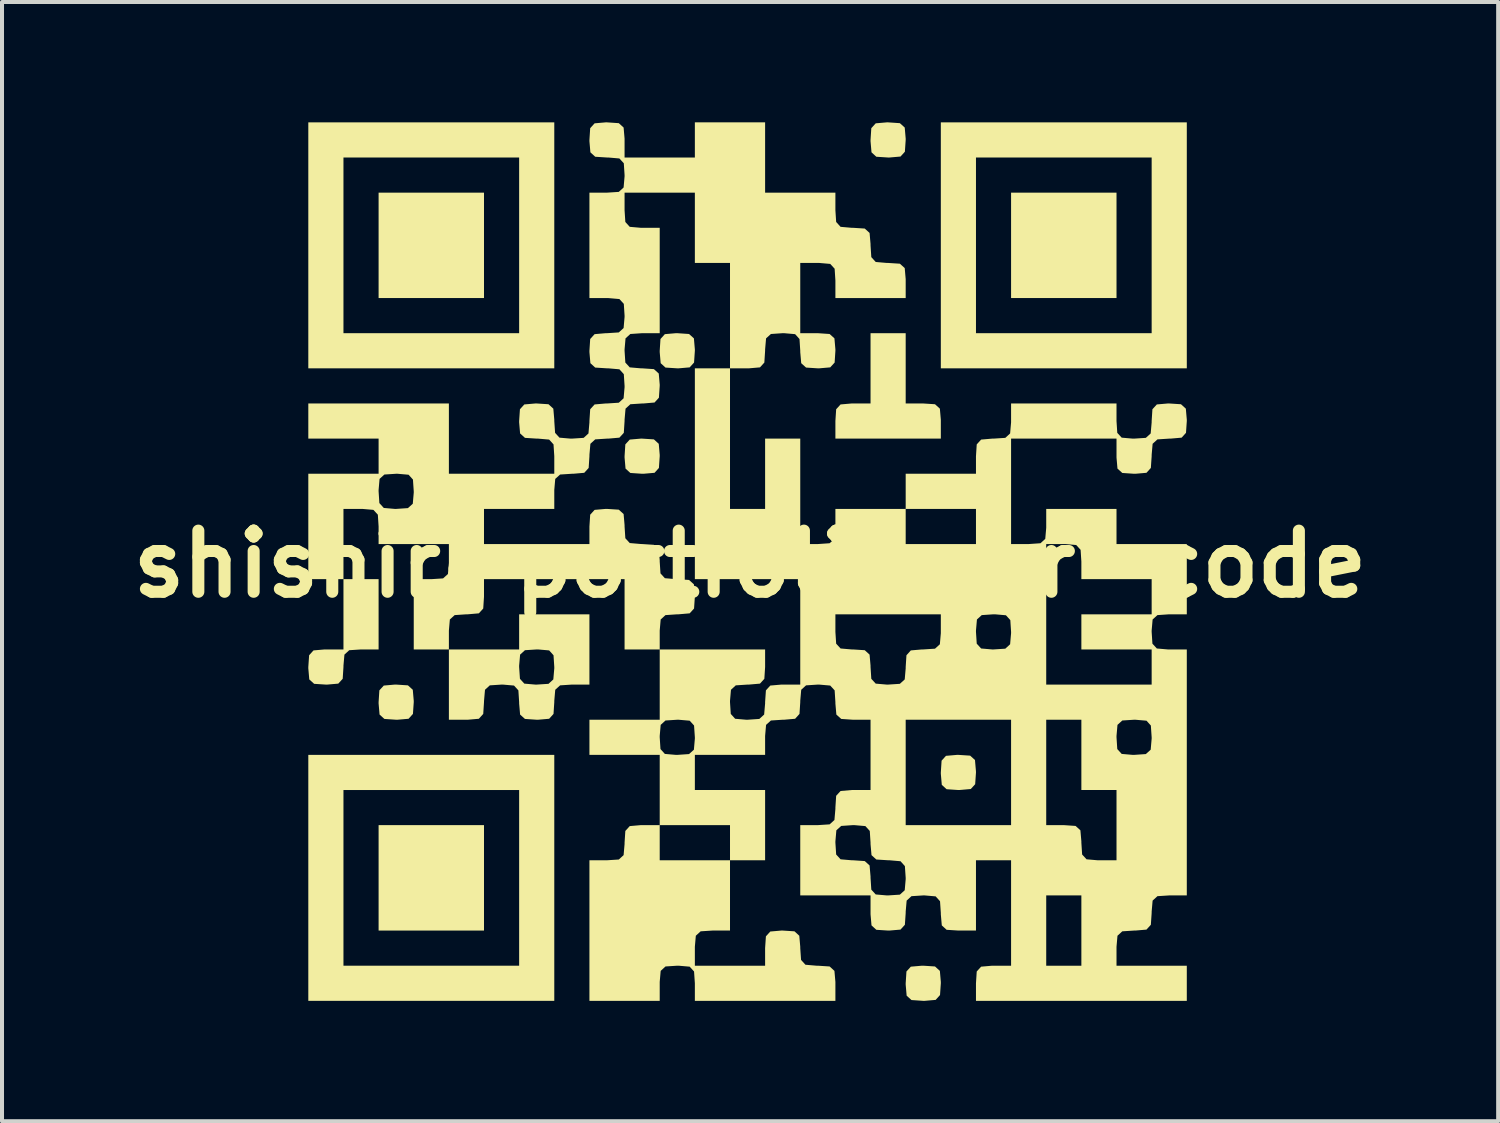
<source format=kicad_pcb>
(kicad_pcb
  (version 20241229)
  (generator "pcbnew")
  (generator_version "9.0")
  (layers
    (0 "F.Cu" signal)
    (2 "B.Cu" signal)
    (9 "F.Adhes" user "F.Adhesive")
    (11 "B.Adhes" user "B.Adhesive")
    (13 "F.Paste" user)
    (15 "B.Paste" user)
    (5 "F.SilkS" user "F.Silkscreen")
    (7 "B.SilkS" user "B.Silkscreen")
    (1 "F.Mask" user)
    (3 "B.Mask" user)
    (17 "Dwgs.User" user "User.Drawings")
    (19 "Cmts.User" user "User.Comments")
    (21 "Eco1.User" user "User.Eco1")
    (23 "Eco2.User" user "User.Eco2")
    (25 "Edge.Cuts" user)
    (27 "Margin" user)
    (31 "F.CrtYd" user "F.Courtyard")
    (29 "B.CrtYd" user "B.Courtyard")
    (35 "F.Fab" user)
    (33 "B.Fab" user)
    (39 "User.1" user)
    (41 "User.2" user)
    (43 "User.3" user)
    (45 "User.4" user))
  (footprint "shishir-portfolio-qr-code"
    (layer "F.Cu")
    (at 15.646 11.011)
    (property "Reference" "shishir-portfolio-qr-code" (at 0 0 0) (layer "F.SilkS") (effects (font (size 1.524 1.524) (thickness 0.3))))
    (attr board_only exclude_from_pos_files exclude_from_bom)
    (fp_poly (pts (xy -6.632 -6.632) (xy -9.259 -6.632) (xy -9.259 -9.259) (xy -6.632 -9.259)) (stroke (width 0) (type solid)) (fill yes) (layer "F.SilkS"))
    (fp_poly (pts (xy -6.632 9.134) (xy -9.259 9.134) (xy -9.259 6.506) (xy -6.632 6.506)) (stroke (width 0) (type solid)) (fill yes) (layer "F.SilkS"))
    (fp_poly (pts (xy 9.134 -6.632) (xy 6.506 -6.632) (xy 6.506 -9.259) (xy 9.134 -9.259)) (stroke (width 0) (type solid)) (fill yes) (layer "F.SilkS"))
    (fp_poly (pts (xy -4.88 -4.88) (xy -11.011 -4.88) (xy -11.011 -5.756) (xy -10.135 -5.756) (xy -5.756 -5.756) (xy -5.756 -10.135) (xy -10.135 -10.135) (xy -10.135 -5.756) (xy -11.011 -5.756) (xy -11.011 -11.011) (xy -4.88 -11.011)) (stroke (width 0) (type solid)) (fill yes) (layer "F.SilkS"))
    (fp_poly (pts (xy -4.88 10.886) (xy -11.011 10.886) (xy -11.011 10.01) (xy -10.135 10.01) (xy -5.756 10.01) (xy -5.756 5.631) (xy -10.135 5.631) (xy -10.135 10.01) (xy -11.011 10.01) (xy -11.011 4.755) (xy -4.88 4.755)) (stroke (width 0) (type solid)) (fill yes) (layer "F.SilkS"))
    (fp_poly (pts (xy 10.886 -4.88) (xy 4.755 -4.88) (xy 4.755 -5.756) (xy 5.631 -5.756) (xy 10.01 -5.756) (xy 10.01 -10.135) (xy 5.631 -10.135) (xy 5.631 -5.756) (xy 4.755 -5.756) (xy 4.755 -11.011) (xy 10.886 -11.011)) (stroke (width 0) (type solid)) (fill yes) (layer "F.SilkS"))
    (fp_poly (pts (xy -8.528 3.022) (xy -8.407 3.132) (xy -8.383 3.408) (xy -8.383 3.441) (xy -8.403 3.734) (xy -8.512 3.855) (xy -8.788 3.879) (xy -8.821 3.879) (xy -9.115 3.859) (xy -9.235 3.75) (xy -9.259 3.474) (xy -9.259 3.441) (xy -9.24 3.147) (xy -9.13 3.027) (xy -8.855 3.003) (xy -8.821 3.003)) (stroke (width 0) (type solid)) (fill yes) (layer "F.SilkS"))
    (fp_poly (pts (xy -2.397 -3.109) (xy -2.276 -2.999) (xy -2.252 -2.723) (xy -2.252 -2.69) (xy -2.272 -2.397) (xy -2.381 -2.276) (xy -2.657 -2.252) (xy -2.69 -2.252) (xy -2.984 -2.272) (xy -3.104 -2.381) (xy -3.128 -2.657) (xy -3.128 -2.69) (xy -3.109 -2.984) (xy -2.999 -3.104) (xy -2.723 -3.128) (xy -2.69 -3.128)) (stroke (width 0) (type solid)) (fill yes) (layer "F.SilkS"))
    (fp_poly (pts (xy -1.521 -5.736) (xy -1.4 -5.627) (xy -1.376 -5.351) (xy -1.376 -5.318) (xy -1.396 -5.024) (xy -1.505 -4.904) (xy -1.781 -4.88) (xy -1.814 -4.88) (xy -2.108 -4.899) (xy -2.228 -5.008) (xy -2.252 -5.284) (xy -2.252 -5.318) (xy -2.233 -5.611) (xy -2.124 -5.732) (xy -1.848 -5.756) (xy -1.814 -5.756)) (stroke (width 0) (type solid)) (fill yes) (layer "F.SilkS"))
    (fp_poly (pts (xy 3.734 -10.991) (xy 3.855 -10.882) (xy 3.879 -10.606) (xy 3.879 -10.573) (xy 3.859 -10.279) (xy 3.75 -10.159) (xy 3.474 -10.135) (xy 3.441 -10.135) (xy 3.147 -10.154) (xy 3.027 -10.264) (xy 3.003 -10.54) (xy 3.003 -10.573) (xy 3.022 -10.866) (xy 3.132 -10.987) (xy 3.408 -11.011) (xy 3.441 -11.011)) (stroke (width 0) (type solid)) (fill yes) (layer "F.SilkS"))
    (fp_poly (pts (xy 3.879 -4.004) (xy 4.317 -4.004) (xy 4.61 -3.985) (xy 4.731 -3.875) (xy 4.755 -3.599) (xy 4.755 -3.566) (xy 4.755 -3.128) (xy 2.127 -3.128) (xy 2.127 -3.566) (xy 2.146 -3.86) (xy 2.256 -3.98) (xy 2.532 -4.004) (xy 2.565 -4.004) (xy 3.003 -4.004) (xy 3.003 -5.756) (xy 3.879 -5.756)) (stroke (width 0) (type solid)) (fill yes) (layer "F.SilkS"))
    (fp_poly (pts (xy 4.61 10.029) (xy 4.731 10.139) (xy 4.755 10.414) (xy 4.755 10.448) (xy 4.735 10.741) (xy 4.626 10.862) (xy 4.35 10.886) (xy 4.317 10.886) (xy 4.023 10.866) (xy 3.903 10.757) (xy 3.879 10.481) (xy 3.879 10.448) (xy 3.898 10.154) (xy 4.007 10.034) (xy 4.283 10.01) (xy 4.317 10.01)) (stroke (width 0) (type solid)) (fill yes) (layer "F.SilkS"))
    (fp_poly (pts (xy 5.486 4.774) (xy 5.606 4.883) (xy 5.63 5.159) (xy 5.631 5.193) (xy 5.611 5.486) (xy 5.502 5.606) (xy 5.226 5.63) (xy 5.193 5.631) (xy 4.899 5.611) (xy 4.779 5.502) (xy 4.755 5.226) (xy 4.755 5.193) (xy 4.774 4.899) (xy 4.883 4.779) (xy 5.159 4.755) (xy 5.193 4.755)) (stroke (width 0) (type solid)) (fill yes) (layer "F.SilkS"))
    (fp_poly (pts (xy -9.259 2.127) (xy -9.697 2.127) (xy -9.991 2.146) (xy -10.111 2.256) (xy -10.135 2.532) (xy -10.135 2.565) (xy -10.154 2.859) (xy -10.264 2.979) (xy -10.54 3.003) (xy -10.573 3.003) (xy -10.866 2.984) (xy -10.987 2.874) (xy -11.011 2.598) (xy -11.011 2.565) (xy -10.991 2.272) (xy -10.882 2.151) (xy -10.606 2.127) (xy -10.573 2.127) (xy -10.135 2.127) (xy -10.135 0.375) (xy -9.259 0.375)) (stroke (width 0) (type solid)) (fill yes) (layer "F.SilkS"))
    (fp_poly (pts (xy -4.004 3.003) (xy -4.442 3.003) (xy -4.735 3.022) (xy -4.856 3.132) (xy -4.88 3.408) (xy -4.88 3.441) (xy -4.899 3.734) (xy -5.008 3.855) (xy -5.284 3.879) (xy -5.318 3.879) (xy -5.611 3.859) (xy -5.732 3.75) (xy -5.756 3.474) (xy -5.756 3.441) (xy -5.775 3.147) (xy -5.884 3.027) (xy -6.16 3.003) (xy -6.194 3.003) (xy -6.487 3.022) (xy -6.607 3.132) (xy -6.631 3.408) (xy -6.632 3.441) (xy -6.651 3.734) (xy -6.76 3.855) (xy -7.036 3.879) (xy -7.069 3.879) (xy -7.507 3.879) (xy -7.507 2.565) (xy -5.756 2.565) (xy -5.736 2.859) (xy -5.627 2.979) (xy -5.351 3.003) (xy -5.318 3.003) (xy -5.024 2.984) (xy -4.904 2.874) (xy -4.88 2.598) (xy -4.88 2.565) (xy -4.899 2.272) (xy -5.008 2.151) (xy -5.284 2.127) (xy -5.318 2.127) (xy -5.611 2.146) (xy -5.732 2.256) (xy -5.756 2.532) (xy -5.756 2.565) (xy -7.507 2.565) (xy -7.507 2.127) (xy -5.756 2.127) (xy -5.756 1.251) (xy -4.004 1.251)) (stroke (width 0) (type solid)) (fill yes) (layer "F.SilkS"))
    (fp_poly (pts (xy 0.375 -9.259) (xy 2.127 -9.259) (xy 2.127 -8.821) (xy 2.146 -8.528) (xy 2.256 -8.407) (xy 2.532 -8.383) (xy 2.565 -8.383) (xy 2.859 -8.364) (xy 2.979 -8.255) (xy 3.003 -7.979) (xy 3.003 -7.945) (xy 3.022 -7.652) (xy 3.132 -7.531) (xy 3.408 -7.507) (xy 3.441 -7.507) (xy 3.734 -7.488) (xy 3.855 -7.379) (xy 3.879 -7.103) (xy 3.879 -7.069) (xy 3.879 -6.632) (xy 2.127 -6.632) (xy 2.127 -7.069) (xy 2.108 -7.363) (xy 1.998 -7.483) (xy 1.722 -7.507) (xy 1.689 -7.507) (xy 1.251 -7.507) (xy 1.251 -5.756) (xy 1.689 -5.756) (xy 1.983 -5.736) (xy 2.103 -5.627) (xy 2.127 -5.351) (xy 2.127 -5.318) (xy 2.108 -5.024) (xy 1.998 -4.904) (xy 1.722 -4.88) (xy 1.689 -4.88) (xy 1.396 -4.899) (xy 1.275 -5.008) (xy 1.251 -5.284) (xy 1.251 -5.318) (xy 1.232 -5.611) (xy 1.123 -5.732) (xy 0.847 -5.756) (xy 0.813 -5.756) (xy 0.52 -5.736) (xy 0.399 -5.627) (xy 0.375 -5.351) (xy 0.375 -5.318) (xy 0.356 -5.024) (xy 0.247 -4.904) (xy -0.029 -4.88) (xy -0.063 -4.88) (xy -0.5 -4.88) (xy -0.5 -1.376) (xy 0.375 -1.376) (xy 0.375 -3.128) (xy 1.251 -3.128) (xy 1.251 -0.5) (xy 1.689 -0.5) (xy 3.879 -0.5) (xy 5.631 -0.5) (xy 5.631 -1.376) (xy 3.879 -1.376) (xy 3.879 -0.5) (xy 1.689 -0.5) (xy 1.983 -0.52) (xy 2.103 -0.629) (xy 2.127 -0.905) (xy 2.127 -0.938) (xy 2.127 -1.376) (xy 3.879 -1.376) (xy 3.879 -2.252) (xy 5.631 -2.252) (xy 5.631 -2.69) (xy 5.65 -2.984) (xy 5.759 -3.104) (xy 6.035 -3.128) (xy 6.068 -3.128) (xy 6.362 -3.147) (xy 6.482 -3.257) (xy 6.506 -3.533) (xy 6.506 -3.566) (xy 6.506 -4.004) (xy 9.134 -4.004) (xy 9.134 -3.566) (xy 9.153 -3.272) (xy 9.263 -3.152) (xy 9.539 -3.128) (xy 9.572 -3.128) (xy 9.865 -3.147) (xy 9.986 -3.257) (xy 10.01 -3.533) (xy 10.01 -3.566) (xy 10.029 -3.86) (xy 10.139 -3.98) (xy 10.414 -4.004) (xy 10.448 -4.004) (xy 10.741 -3.985) (xy 10.862 -3.875) (xy 10.886 -3.599) (xy 10.886 -3.566) (xy 10.866 -3.272) (xy 10.757 -3.152) (xy 10.481 -3.128) (xy 10.448 -3.128) (xy 10.154 -3.109) (xy 10.034 -2.999) (xy 10.01 -2.723) (xy 10.01 -2.69) (xy 9.99 -2.397) (xy 9.881 -2.276) (xy 9.605 -2.252) (xy 9.572 -2.252) (xy 9.278 -2.272) (xy 9.158 -2.381) (xy 9.134 -2.657) (xy 9.134 -2.69) (xy 9.134 -3.128) (xy 6.506 -3.128) (xy 6.506 -0.5) (xy 6.944 -0.5) (xy 7.238 -0.52) (xy 7.358 -0.629) (xy 7.382 -0.905) (xy 7.382 -0.938) (xy 7.382 -1.376) (xy 9.134 -1.376) (xy 9.134 -0.5) (xy 10.886 -0.5) (xy 10.886 1.251) (xy 10.448 1.251) (xy 10.154 1.271) (xy 10.034 1.38) (xy 10.01 1.656) (xy 10.01 1.689) (xy 10.029 1.983) (xy 10.139 2.103) (xy 10.414 2.127) (xy 10.448 2.127) (xy 10.886 2.127) (xy 10.886 8.258) (xy 10.448 8.258) (xy 10.154 8.277) (xy 10.034 8.387) (xy 10.01 8.663) (xy 10.01 8.696) (xy 9.99 8.99) (xy 9.881 9.11) (xy 9.605 9.134) (xy 9.572 9.134) (xy 9.278 9.153) (xy 9.158 9.263) (xy 9.134 9.539) (xy 9.134 9.572) (xy 9.134 10.01) (xy 10.886 10.01) (xy 10.886 10.886) (xy 5.631 10.886) (xy 5.631 10.448) (xy 5.65 10.154) (xy 5.759 10.034) (xy 6.035 10.01) (xy 6.068 10.01) (xy 6.506 10.01) (xy 7.382 10.01) (xy 8.258 10.01) (xy 8.258 8.258) (xy 7.382 8.258) (xy 7.382 10.01) (xy 6.506 10.01) (xy 6.506 7.382) (xy 5.631 7.382) (xy 5.631 9.134) (xy 5.193 9.134) (xy 4.899 9.115) (xy 4.779 9.005) (xy 4.755 8.729) (xy 4.755 8.696) (xy 4.735 8.403) (xy 4.626 8.282) (xy 4.35 8.258) (xy 4.317 8.258) (xy 4.023 8.277) (xy 3.903 8.387) (xy 3.879 8.663) (xy 3.879 8.696) (xy 3.859 8.99) (xy 3.75 9.11) (xy 3.474 9.134) (xy 3.441 9.134) (xy 3.147 9.115) (xy 3.027 9.005) (xy 3.003 8.729) (xy 3.003 8.696) (xy 3.003 8.258) (xy 1.251 8.258) (xy 1.251 6.944) (xy 2.127 6.944) (xy 2.146 7.238) (xy 2.256 7.358) (xy 2.532 7.382) (xy 2.565 7.382) (xy 2.859 7.402) (xy 2.979 7.511) (xy 3.003 7.787) (xy 3.003 7.82) (xy 3.022 8.114) (xy 3.132 8.234) (xy 3.408 8.258) (xy 3.441 8.258) (xy 3.734 8.239) (xy 3.855 8.129) (xy 3.879 7.854) (xy 3.879 7.82) (xy 3.859 7.527) (xy 3.75 7.406) (xy 3.474 7.382) (xy 3.441 7.382) (xy 3.147 7.363) (xy 3.027 7.254) (xy 3.003 6.978) (xy 3.003 6.944) (xy 2.984 6.651) (xy 2.874 6.53) (xy 2.598 6.506) (xy 2.565 6.506) (xy 3.879 6.506) (xy 6.506 6.506) (xy 7.382 6.506) (xy 7.82 6.506) (xy 8.114 6.526) (xy 8.234 6.635) (xy 8.258 6.911) (xy 8.258 6.944) (xy 8.277 7.238) (xy 8.387 7.358) (xy 8.663 7.382) (xy 8.696 7.382) (xy 9.134 7.382) (xy 9.134 5.631) (xy 8.258 5.631) (xy 8.258 4.317) (xy 9.134 4.317) (xy 9.153 4.61) (xy 9.263 4.731) (xy 9.539 4.755) (xy 9.572 4.755) (xy 9.865 4.735) (xy 9.986 4.626) (xy 10.01 4.35) (xy 10.01 4.317) (xy 9.99 4.023) (xy 9.881 3.903) (xy 9.605 3.879) (xy 9.572 3.879) (xy 9.278 3.898) (xy 9.158 4.007) (xy 9.134 4.283) (xy 9.134 4.317) (xy 8.258 4.317) (xy 8.258 3.879) (xy 7.382 3.879) (xy 7.382 6.506) (xy 6.506 6.506) (xy 6.506 3.879) (xy 3.879 3.879) (xy 3.879 6.506) (xy 2.565 6.506) (xy 2.272 6.526) (xy 2.151 6.635) (xy 2.127 6.911) (xy 2.127 6.944) (xy 1.251 6.944) (xy 1.251 6.506) (xy 1.689 6.506) (xy 1.983 6.487) (xy 2.103 6.378) (xy 2.127 6.102) (xy 2.127 6.068) (xy 2.146 5.775) (xy 2.256 5.655) (xy 2.532 5.631) (xy 2.565 5.631) (xy 3.003 5.631) (xy 3.003 3.879) (xy 2.565 3.879) (xy 2.272 3.859) (xy 2.151 3.75) (xy 2.127 3.474) (xy 2.127 3.441) (xy 2.108 3.147) (xy 1.998 3.027) (xy 1.722 3.003) (xy 1.689 3.003) (xy 1.396 3.022) (xy 1.275 3.132) (xy 1.251 3.408) (xy 1.251 3.441) (xy 1.232 3.734) (xy 1.123 3.855) (xy 0.847 3.879) (xy 0.813 3.879) (xy 0.52 3.898) (xy 0.399 4.007) (xy 0.375 4.283) (xy 0.375 4.317) (xy 0.375 4.755) (xy -1.376 4.755) (xy -1.376 5.631) (xy 0.375 5.631) (xy 0.375 7.382) (xy -0.5 7.382) (xy -0.5 9.134) (xy -0.938 9.134) (xy -1.232 9.153) (xy -1.352 9.263) (xy -1.376 9.539) (xy -1.376 9.572) (xy -1.376 10.01) (xy 0.375 10.01) (xy 0.375 9.572) (xy 0.395 9.278) (xy 0.504 9.158) (xy 0.78 9.134) (xy 0.813 9.134) (xy 1.107 9.153) (xy 1.227 9.263) (xy 1.251 9.539) (xy 1.251 9.572) (xy 1.271 9.865) (xy 1.38 9.986) (xy 1.656 10.01) (xy 1.689 10.01) (xy 1.983 10.029) (xy 2.103 10.139) (xy 2.127 10.414) (xy 2.127 10.448) (xy 2.127 10.886) (xy -1.376 10.886) (xy -1.376 10.448) (xy -1.396 10.154) (xy -1.505 10.034) (xy -1.781 10.01) (xy -1.814 10.01) (xy -2.108 10.029) (xy -2.228 10.139) (xy -2.252 10.414) (xy -2.252 10.448) (xy -2.252 10.886) (xy -4.004 10.886) (xy -4.004 7.382) (xy -3.566 7.382) (xy -2.252 7.382) (xy -0.5 7.382) (xy -0.5 6.506) (xy -2.252 6.506) (xy -2.252 7.382) (xy -3.566 7.382) (xy -3.272 7.363) (xy -3.152 7.254) (xy -3.128 6.978) (xy -3.128 6.944) (xy -3.109 6.651) (xy -2.999 6.53) (xy -2.723 6.506) (xy -2.69 6.506) (xy -2.252 6.506) (xy -2.252 4.755) (xy -4.004 4.755) (xy -4.004 4.317) (xy -2.252 4.317) (xy -2.233 4.61) (xy -2.124 4.731) (xy -1.848 4.755) (xy -1.814 4.755) (xy -1.521 4.735) (xy -1.4 4.626) (xy -1.376 4.35) (xy -1.376 4.317) (xy -1.396 4.023) (xy -1.505 3.903) (xy -1.781 3.879) (xy -1.814 3.879) (xy -2.108 3.898) (xy -2.228 4.007) (xy -2.252 4.283) (xy -2.252 4.317) (xy -4.004 4.317) (xy -4.004 3.879) (xy -2.252 3.879) (xy -2.252 2.127) (xy -3.128 2.127) (xy -3.128 0.375) (xy -6.632 0.375) (xy -6.632 0.813) (xy -6.651 1.107) (xy -6.76 1.227) (xy -7.036 1.251) (xy -7.069 1.251) (xy -7.363 1.271) (xy -7.483 1.38) (xy -7.507 1.656) (xy -7.507 1.689) (xy -7.507 2.127) (xy -8.383 2.127) (xy -8.383 0.375) (xy -7.945 0.375) (xy -7.652 0.356) (xy -7.531 0.247) (xy -7.507 -0.029) (xy -7.507 -0.063) (xy -7.507 -0.5) (xy -6.632 -0.5) (xy -4.004 -0.5) (xy -4.004 -0.938) (xy -3.985 -1.232) (xy -3.875 -1.352) (xy -3.599 -1.376) (xy -3.566 -1.376) (xy -3.272 -1.357) (xy -3.152 -1.248) (xy -3.128 -0.972) (xy -3.128 -0.938) (xy -3.109 -0.645) (xy -2.999 -0.525) (xy -2.723 -0.501) (xy -2.69 -0.5) (xy -2.397 -0.481) (xy -2.276 -0.372) (xy -2.252 -0.096) (xy -2.252 -0.063) (xy -2.233 0.231) (xy -2.124 0.351) (xy -1.848 0.375) (xy -1.814 0.375) (xy -1.521 0.395) (xy -1.4 0.504) (xy -1.376 0.78) (xy -1.376 0.813) (xy -1.396 1.107) (xy -1.505 1.227) (xy -1.781 1.251) (xy -1.814 1.251) (xy -2.108 1.271) (xy -2.228 1.38) (xy -2.252 1.656) (xy -2.252 1.689) (xy -2.252 2.127) (xy 0.375 2.127) (xy 0.375 2.565) (xy 0.356 2.859) (xy 0.247 2.979) (xy -0.029 3.003) (xy -0.063 3.003) (xy -0.356 3.022) (xy -0.476 3.132) (xy -0.5 3.408) (xy -0.5 3.441) (xy -0.481 3.734) (xy -0.372 3.855) (xy -0.096 3.879) (xy -0.063 3.879) (xy 0.231 3.859) (xy 0.351 3.75) (xy 0.375 3.474) (xy 0.375 3.441) (xy 0.395 3.147) (xy 0.504 3.027) (xy 0.78 3.003) (xy 0.813 3.003) (xy 1.251 3.003) (xy 1.251 1.689) (xy 2.127 1.689) (xy 2.146 1.983) (xy 2.256 2.103) (xy 2.532 2.127) (xy 2.565 2.127) (xy 2.859 2.146) (xy 2.979 2.256) (xy 3.003 2.532) (xy 3.003 2.565) (xy 3.022 2.859) (xy 3.132 2.979) (xy 3.408 3.003) (xy 3.441 3.003) (xy 7.382 3.003) (xy 10.01 3.003) (xy 10.01 2.127) (xy 8.258 2.127) (xy 8.258 1.251) (xy 10.01 1.251) (xy 10.01 0.375) (xy 8.258 0.375) (xy 8.258 -0.063) (xy 8.239 -0.356) (xy 8.129 -0.476) (xy 7.854 -0.5) (xy 7.82 -0.5) (xy 7.382 -0.5) (xy 7.382 3.003) (xy 3.441 3.003) (xy 3.734 2.984) (xy 3.855 2.874) (xy 3.879 2.598) (xy 3.879 2.565) (xy 3.898 2.272) (xy 4.007 2.151) (xy 4.283 2.127) (xy 4.317 2.127) (xy 4.61 2.108) (xy 4.731 1.998) (xy 4.755 1.722) (xy 4.755 1.689) (xy 5.631 1.689) (xy 5.65 1.983) (xy 5.759 2.103) (xy 6.035 2.127) (xy 6.068 2.127) (xy 6.362 2.108) (xy 6.482 1.998) (xy 6.506 1.722) (xy 6.506 1.689) (xy 6.487 1.396) (xy 6.378 1.275) (xy 6.102 1.251) (xy 6.068 1.251) (xy 5.775 1.271) (xy 5.655 1.38) (xy 5.631 1.656) (xy 5.631 1.689) (xy 4.755 1.689) (xy 4.755 1.251) (xy 2.127 1.251) (xy 2.127 1.689) (xy 1.251 1.689) (xy 1.251 0.375) (xy -1.376 0.375) (xy -1.376 -4.88) (xy -0.5 -4.88) (xy -0.5 -7.507) (xy -1.376 -7.507) (xy -1.376 -9.259) (xy -3.128 -9.259) (xy -3.128 -8.821) (xy -3.109 -8.528) (xy -2.999 -8.407) (xy -2.723 -8.383) (xy -2.69 -8.383) (xy -2.252 -8.383) (xy -2.252 -5.756) (xy -2.69 -5.756) (xy -2.984 -5.736) (xy -3.104 -5.627) (xy -3.128 -5.351) (xy -3.128 -5.318) (xy -3.109 -5.024) (xy -2.999 -4.904) (xy -2.723 -4.88) (xy -2.69 -4.88) (xy -2.397 -4.86) (xy -2.276 -4.751) (xy -2.252 -4.475) (xy -2.252 -4.442) (xy -2.272 -4.148) (xy -2.381 -4.028) (xy -2.657 -4.004) (xy -2.69 -4.004) (xy -2.984 -3.985) (xy -3.104 -3.875) (xy -3.128 -3.599) (xy -3.128 -3.566) (xy -3.147 -3.272) (xy -3.257 -3.152) (xy -3.533 -3.128) (xy -3.566 -3.128) (xy -3.86 -3.109) (xy -3.98 -2.999) (xy -4.004 -2.723) (xy -4.004 -2.69) (xy -4.023 -2.397) (xy -4.133 -2.276) (xy -4.409 -2.252) (xy -4.442 -2.252) (xy -4.735 -2.233) (xy -4.856 -2.124) (xy -4.88 -1.848) (xy -4.88 -1.814) (xy -4.88 -1.376) (xy -6.632 -1.376) (xy -6.632 -0.5) (xy -7.507 -0.5) (xy -9.259 -0.5) (xy -9.259 -0.938) (xy -9.278 -1.232) (xy -9.388 -1.352) (xy -9.664 -1.376) (xy -9.697 -1.376) (xy -10.135 -1.376) (xy -10.135 0.375) (xy -11.011 0.375) (xy -11.011 -1.814) (xy -9.259 -1.814) (xy -9.24 -1.521) (xy -9.13 -1.4) (xy -8.855 -1.376) (xy -8.821 -1.376) (xy -8.528 -1.396) (xy -8.407 -1.505) (xy -8.383 -1.781) (xy -8.383 -1.814) (xy -8.403 -2.108) (xy -8.512 -2.228) (xy -8.788 -2.252) (xy -8.821 -2.252) (xy -9.115 -2.233) (xy -9.235 -2.124) (xy -9.259 -1.848) (xy -9.259 -1.814) (xy -11.011 -1.814) (xy -11.011 -2.252) (xy -9.259 -2.252) (xy -9.259 -3.128) (xy -11.011 -3.128) (xy -11.011 -4.004) (xy -7.507 -4.004) (xy -7.507 -2.252) (xy -4.88 -2.252) (xy -4.88 -2.69) (xy -4.899 -2.984) (xy -5.008 -3.104) (xy -5.284 -3.128) (xy -5.318 -3.128) (xy -5.611 -3.147) (xy -5.732 -3.257) (xy -5.756 -3.533) (xy -5.756 -3.566) (xy -5.736 -3.86) (xy -5.627 -3.98) (xy -5.351 -4.004) (xy -5.318 -4.004) (xy -5.024 -3.985) (xy -4.904 -3.875) (xy -4.88 -3.599) (xy -4.88 -3.566) (xy -4.86 -3.272) (xy -4.751 -3.152) (xy -4.475 -3.128) (xy -4.442 -3.128) (xy -4.148 -3.147) (xy -4.028 -3.257) (xy -4.004 -3.533) (xy -4.004 -3.566) (xy -3.985 -3.86) (xy -3.875 -3.98) (xy -3.599 -4.004) (xy -3.566 -4.004) (xy -3.272 -4.023) (xy -3.152 -4.133) (xy -3.128 -4.409) (xy -3.128 -4.442) (xy -3.147 -4.735) (xy -3.257 -4.856) (xy -3.533 -4.88) (xy -3.566 -4.88) (xy -3.86 -4.899) (xy -3.98 -5.008) (xy -4.004 -5.284) (xy -4.004 -5.318) (xy -3.985 -5.611) (xy -3.875 -5.732) (xy -3.599 -5.756) (xy -3.566 -5.756) (xy -3.272 -5.775) (xy -3.152 -5.884) (xy -3.128 -6.16) (xy -3.128 -6.194) (xy -3.147 -6.487) (xy -3.257 -6.607) (xy -3.533 -6.631) (xy -3.566 -6.632) (xy -4.004 -6.632) (xy -4.004 -9.259) (xy -3.566 -9.259) (xy -3.272 -9.278) (xy -3.152 -9.388) (xy -3.128 -9.664) (xy -3.128 -9.697) (xy -3.147 -9.991) (xy -3.257 -10.111) (xy -3.533 -10.135) (xy -3.566 -10.135) (xy -3.86 -10.154) (xy -3.98 -10.264) (xy -4.004 -10.54) (xy -4.004 -10.573) (xy -3.985 -10.866) (xy -3.875 -10.987) (xy -3.599 -11.011) (xy -3.566 -11.011) (xy -3.272 -10.991) (xy -3.152 -10.882) (xy -3.128 -10.606) (xy -3.128 -10.573) (xy -3.128 -10.135) (xy -1.376 -10.135) (xy -1.376 -11.011) (xy 0.375 -11.011)) (stroke (width 0) (type solid)) (fill yes) (layer "F.SilkS")))
  (gr_rect
    (start -3 -3)
    (end 34.293 24.897)
    (stroke (width 0.1) (type default))
    (fill no)
    (layer "Edge.Cuts")))
</source>
